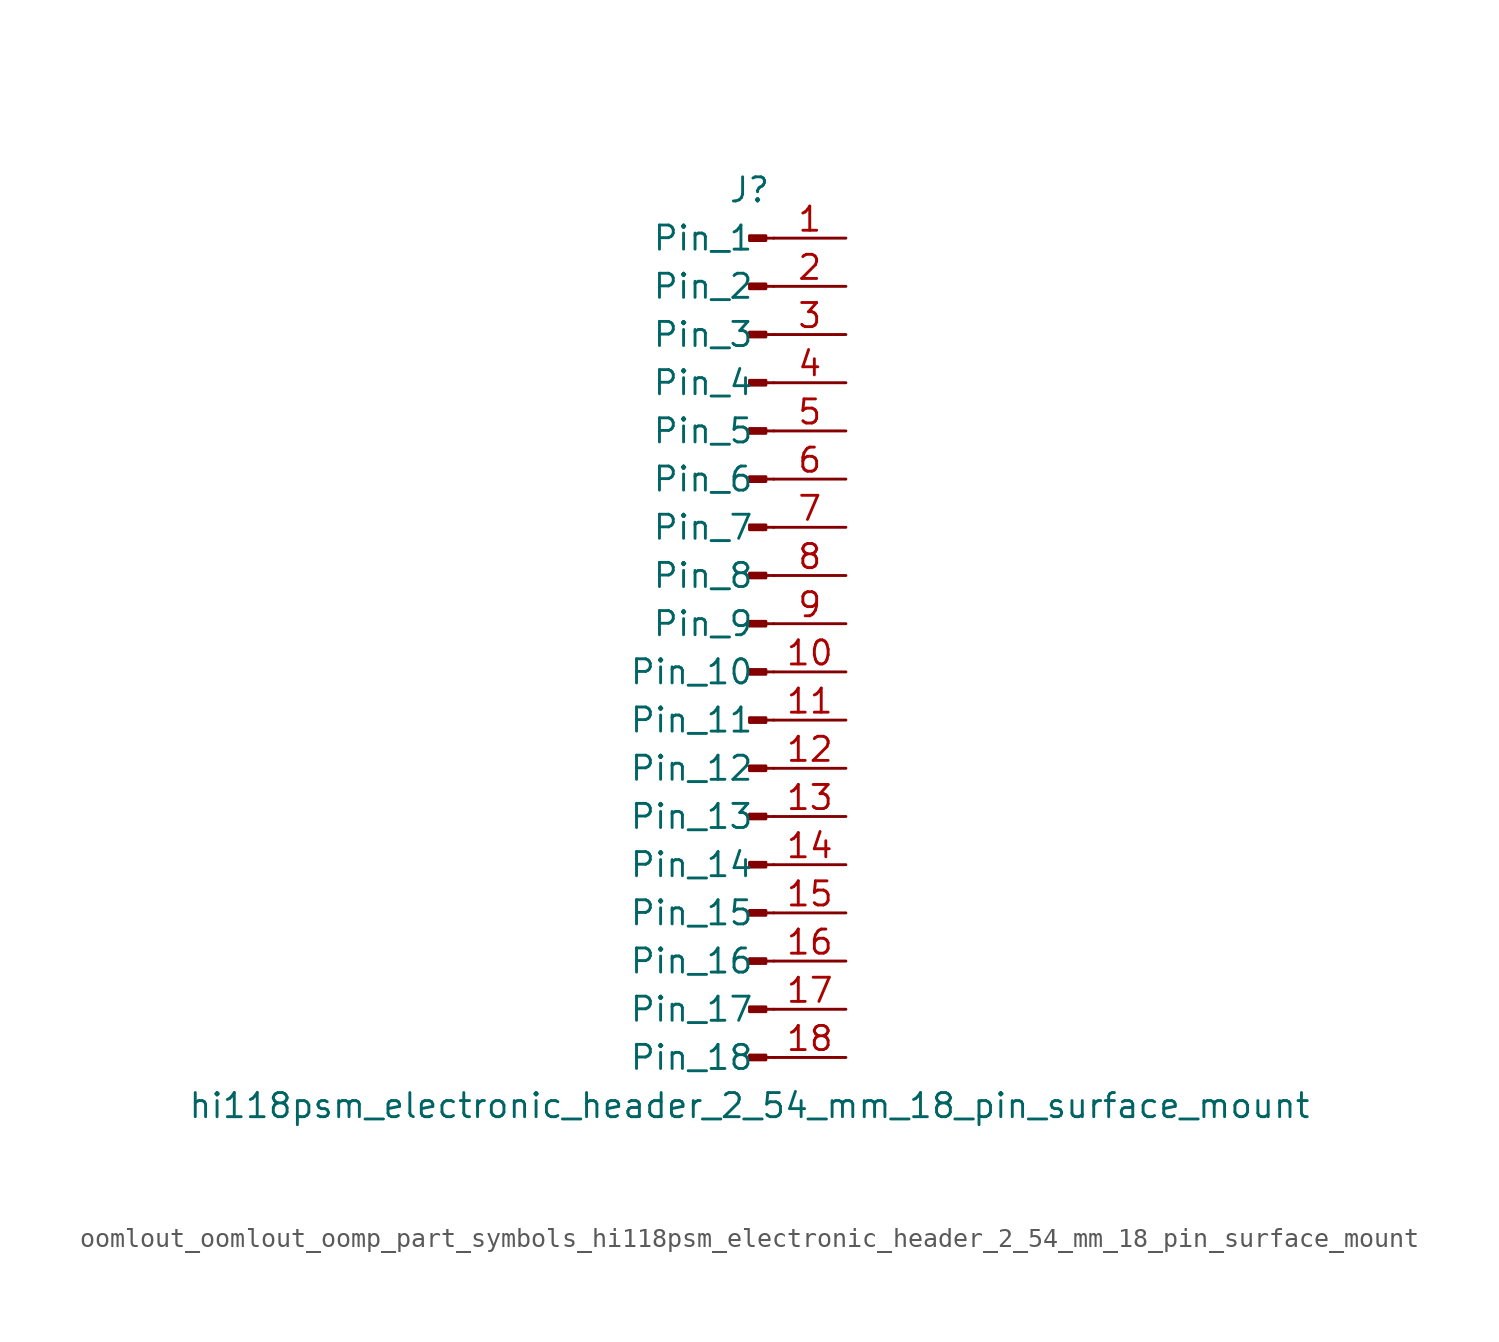
<source format=kicad_sym>
(kicad_symbol_lib
  (version 20220914)
  (generator kicad_symbol_editor)
  (symbol "oomlout_oomlout_oomp_part_symbols_hi118psm_electronic_header_2_54_mm_18_pin_surface_mount"
    (pin_names
      (offset 1.016))
    (property "Reference" "J"
      (at 0 22.86 0)
      (effects (font (size 1.27 1.27))))
    (property "Value" "hi118psm_electronic_header_2_54_mm_18_pin_surface_mount"
      (at 0 -25.4 0)
      (effects (font (size 1.27 1.27))))
    (property "ki_locked" ""
      (at 0 0 0)
      (effects (font (size 1.27 1.27))))
    (symbol "oomlout_oomlout_oomp_part_symbols_hi118psm_electronic_header_2_54_mm_18_pin_surface_mount_1_1"
      (polyline (pts (xy 1.27 -22.86) (xy 0.864 -22.86)) (stroke (width 0.152) (type default)) (fill (type none)))
      (polyline (pts (xy 1.27 -20.32) (xy 0.864 -20.32)) (stroke (width 0.152) (type default)) (fill (type none)))
      (polyline (pts (xy 1.27 -17.78) (xy 0.864 -17.78)) (stroke (width 0.152) (type default)) (fill (type none)))
      (polyline (pts (xy 1.27 -15.24) (xy 0.864 -15.24)) (stroke (width 0.152) (type default)) (fill (type none)))
      (polyline (pts (xy 1.27 -12.7) (xy 0.864 -12.7)) (stroke (width 0.152) (type default)) (fill (type none)))
      (polyline (pts (xy 1.27 -10.16) (xy 0.864 -10.16)) (stroke (width 0.152) (type default)) (fill (type none)))
      (polyline (pts (xy 1.27 -7.62) (xy 0.864 -7.62)) (stroke (width 0.152) (type default)) (fill (type none)))
      (polyline (pts (xy 1.27 -5.08) (xy 0.864 -5.08)) (stroke (width 0.152) (type default)) (fill (type none)))
      (polyline (pts (xy 1.27 -2.54) (xy 0.864 -2.54)) (stroke (width 0.152) (type default)) (fill (type none)))
      (polyline (pts (xy 1.27 0) (xy 0.864 0)) (stroke (width 0.152) (type default)) (fill (type none)))
      (polyline (pts (xy 1.27 2.54) (xy 0.864 2.54)) (stroke (width 0.152) (type default)) (fill (type none)))
      (polyline (pts (xy 1.27 5.08) (xy 0.864 5.08)) (stroke (width 0.152) (type default)) (fill (type none)))
      (polyline (pts (xy 1.27 7.62) (xy 0.864 7.62)) (stroke (width 0.152) (type default)) (fill (type none)))
      (polyline (pts (xy 1.27 10.16) (xy 0.864 10.16)) (stroke (width 0.152) (type default)) (fill (type none)))
      (polyline (pts (xy 1.27 12.7) (xy 0.864 12.7)) (stroke (width 0.152) (type default)) (fill (type none)))
      (polyline (pts (xy 1.27 15.24) (xy 0.864 15.24)) (stroke (width 0.152) (type default)) (fill (type none)))
      (polyline (pts (xy 1.27 17.78) (xy 0.864 17.78)) (stroke (width 0.152) (type default)) (fill (type none)))
      (polyline (pts (xy 1.27 20.32) (xy 0.864 20.32)) (stroke (width 0.152) (type default)) (fill (type none)))
      (rectangle (start 0.864 -22.733) (end 0 -22.987) (stroke (width 0.152) (type default)) (fill (type outline)))
      (rectangle (start 0.864 -20.193) (end 0 -20.447) (stroke (width 0.152) (type default)) (fill (type outline)))
      (rectangle (start 0.864 -17.653) (end 0 -17.907) (stroke (width 0.152) (type default)) (fill (type outline)))
      (rectangle (start 0.864 -15.113) (end 0 -15.367) (stroke (width 0.152) (type default)) (fill (type outline)))
      (rectangle (start 0.864 -12.573) (end 0 -12.827) (stroke (width 0.152) (type default)) (fill (type outline)))
      (rectangle (start 0.864 -10.033) (end 0 -10.287) (stroke (width 0.152) (type default)) (fill (type outline)))
      (rectangle (start 0.864 -7.493) (end 0 -7.747) (stroke (width 0.152) (type default)) (fill (type outline)))
      (rectangle (start 0.864 -4.953) (end 0 -5.207) (stroke (width 0.152) (type default)) (fill (type outline)))
      (rectangle (start 0.864 -2.413) (end 0 -2.667) (stroke (width 0.152) (type default)) (fill (type outline)))
      (rectangle (start 0.864 0.127) (end 0 -0.127) (stroke (width 0.152) (type default)) (fill (type outline)))
      (rectangle (start 0.864 2.667) (end 0 2.413) (stroke (width 0.152) (type default)) (fill (type outline)))
      (rectangle (start 0.864 5.207) (end 0 4.953) (stroke (width 0.152) (type default)) (fill (type outline)))
      (rectangle (start 0.864 7.747) (end 0 7.493) (stroke (width 0.152) (type default)) (fill (type outline)))
      (rectangle (start 0.864 10.287) (end 0 10.033) (stroke (width 0.152) (type default)) (fill (type outline)))
      (rectangle (start 0.864 12.827) (end 0 12.573) (stroke (width 0.152) (type default)) (fill (type outline)))
      (rectangle (start 0.864 15.367) (end 0 15.113) (stroke (width 0.152) (type default)) (fill (type outline)))
      (rectangle (start 0.864 17.907) (end 0 17.653) (stroke (width 0.152) (type default)) (fill (type outline)))
      (rectangle (start 0.864 20.447) (end 0 20.193) (stroke (width 0.152) (type default)) (fill (type outline)))
      (pin passive line (at 5.08 20.32 180) (length 3.81) (name "Pin_1" (effects (font (size 1.27 1.27)))) (number "1" (effects (font (size 1.27 1.27)))))
      (pin passive line (at 5.08 -2.54 180) (length 3.81) (name "Pin_10" (effects (font (size 1.27 1.27)))) (number "10" (effects (font (size 1.27 1.27)))))
      (pin passive line (at 5.08 -5.08 180) (length 3.81) (name "Pin_11" (effects (font (size 1.27 1.27)))) (number "11" (effects (font (size 1.27 1.27)))))
      (pin passive line (at 5.08 -7.62 180) (length 3.81) (name "Pin_12" (effects (font (size 1.27 1.27)))) (number "12" (effects (font (size 1.27 1.27)))))
      (pin passive line (at 5.08 -10.16 180) (length 3.81) (name "Pin_13" (effects (font (size 1.27 1.27)))) (number "13" (effects (font (size 1.27 1.27)))))
      (pin passive line (at 5.08 -12.7 180) (length 3.81) (name "Pin_14" (effects (font (size 1.27 1.27)))) (number "14" (effects (font (size 1.27 1.27)))))
      (pin passive line (at 5.08 -15.24 180) (length 3.81) (name "Pin_15" (effects (font (size 1.27 1.27)))) (number "15" (effects (font (size 1.27 1.27)))))
      (pin passive line (at 5.08 -17.78 180) (length 3.81) (name "Pin_16" (effects (font (size 1.27 1.27)))) (number "16" (effects (font (size 1.27 1.27)))))
      (pin passive line (at 5.08 -20.32 180) (length 3.81) (name "Pin_17" (effects (font (size 1.27 1.27)))) (number "17" (effects (font (size 1.27 1.27)))))
      (pin passive line (at 5.08 -22.86 180) (length 3.81) (name "Pin_18" (effects (font (size 1.27 1.27)))) (number "18" (effects (font (size 1.27 1.27)))))
      (pin passive line (at 5.08 17.78 180) (length 3.81) (name "Pin_2" (effects (font (size 1.27 1.27)))) (number "2" (effects (font (size 1.27 1.27)))))
      (pin passive line (at 5.08 15.24 180) (length 3.81) (name "Pin_3" (effects (font (size 1.27 1.27)))) (number "3" (effects (font (size 1.27 1.27)))))
      (pin passive line (at 5.08 12.7 180) (length 3.81) (name "Pin_4" (effects (font (size 1.27 1.27)))) (number "4" (effects (font (size 1.27 1.27)))))
      (pin passive line (at 5.08 10.16 180) (length 3.81) (name "Pin_5" (effects (font (size 1.27 1.27)))) (number "5" (effects (font (size 1.27 1.27)))))
      (pin passive line (at 5.08 7.62 180) (length 3.81) (name "Pin_6" (effects (font (size 1.27 1.27)))) (number "6" (effects (font (size 1.27 1.27)))))
      (pin passive line (at 5.08 5.08 180) (length 3.81) (name "Pin_7" (effects (font (size 1.27 1.27)))) (number "7" (effects (font (size 1.27 1.27)))))
      (pin passive line (at 5.08 2.54 180) (length 3.81) (name "Pin_8" (effects (font (size 1.27 1.27)))) (number "8" (effects (font (size 1.27 1.27)))))
      (pin passive line (at 5.08 0 180) (length 3.81) (name "Pin_9" (effects (font (size 1.27 1.27)))) (number "9" (effects (font (size 1.27 1.27))))))))
</source>
